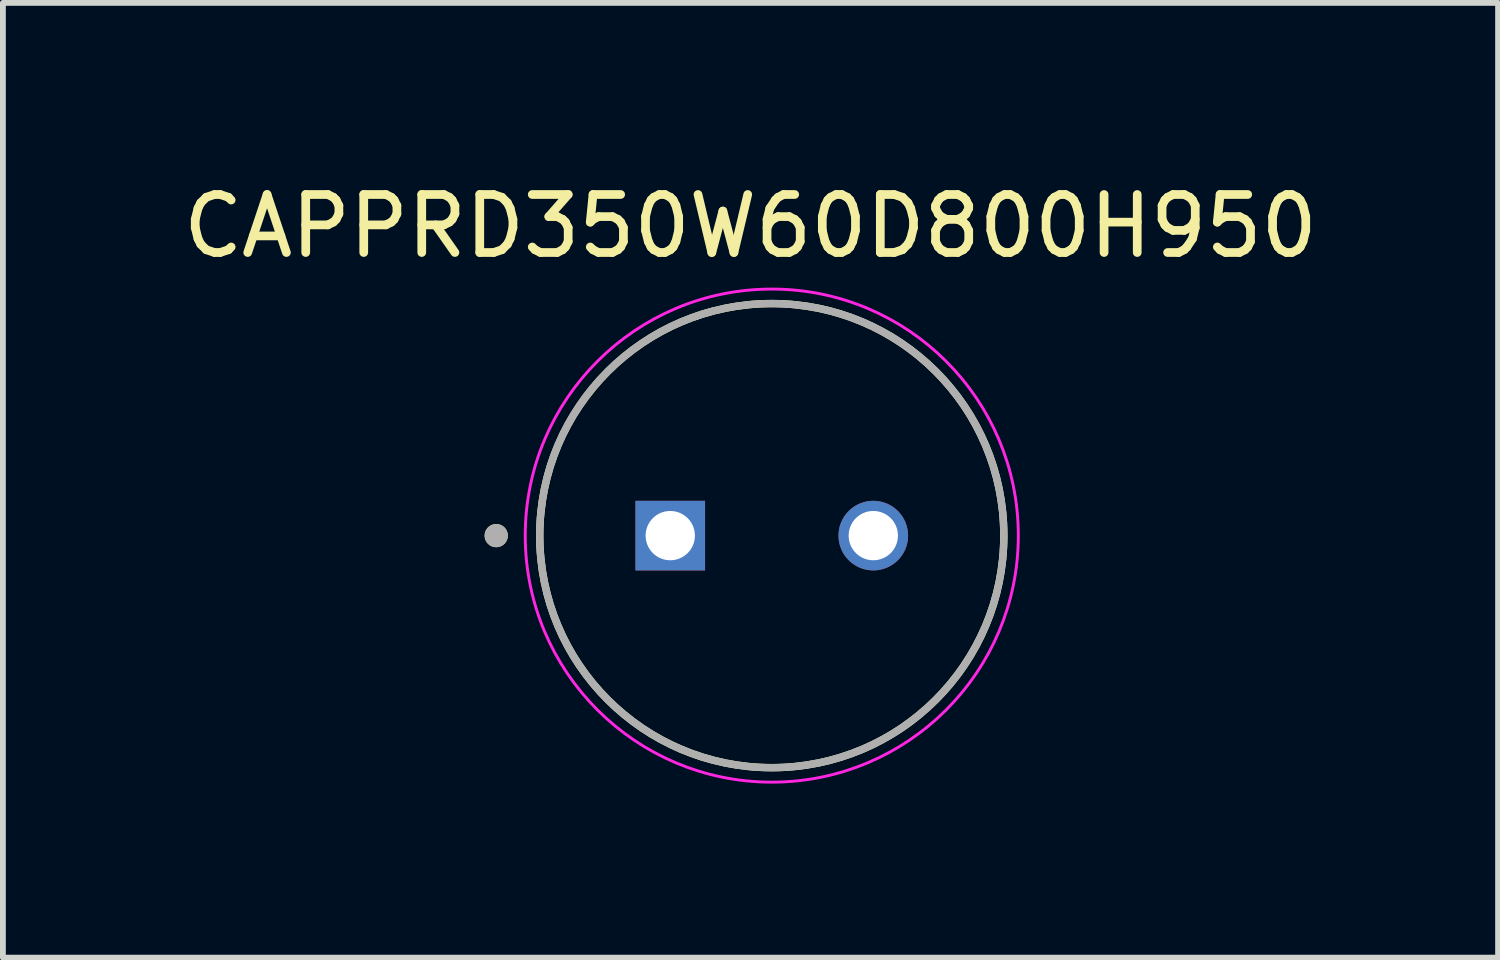
<source format=kicad_pcb>
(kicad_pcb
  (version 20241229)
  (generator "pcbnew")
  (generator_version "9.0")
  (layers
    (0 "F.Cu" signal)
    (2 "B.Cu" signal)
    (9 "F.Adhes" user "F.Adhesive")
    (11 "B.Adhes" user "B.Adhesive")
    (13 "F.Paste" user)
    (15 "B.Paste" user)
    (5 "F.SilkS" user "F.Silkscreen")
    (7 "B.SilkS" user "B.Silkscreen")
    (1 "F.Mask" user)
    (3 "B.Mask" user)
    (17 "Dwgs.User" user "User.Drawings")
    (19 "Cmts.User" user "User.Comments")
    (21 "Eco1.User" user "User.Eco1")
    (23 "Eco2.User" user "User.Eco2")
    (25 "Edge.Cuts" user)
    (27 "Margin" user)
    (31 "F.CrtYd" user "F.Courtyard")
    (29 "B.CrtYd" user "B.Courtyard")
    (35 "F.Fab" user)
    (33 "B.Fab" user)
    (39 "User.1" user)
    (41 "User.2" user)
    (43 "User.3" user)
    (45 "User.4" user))
  (footprint "CAPPRD350W60D800H950"
    (layer "F.Cu")
    (at 10.254 6.183)
    (property "Reference" "CAPPRD350W60D800H950" (at -0.367 -5.335 0) (layer "F.SilkS") (effects (font (size 1 1) (thickness 0.15))))
    (attr through_hole)
    (fp_circle (center -4.75 0) (end -4.65 0) (stroke (width 0.2) (type solid)) (fill no) (layer "F.SilkS"))
    (fp_circle (center 0 0) (end 4 0) (stroke (width 0.127) (type solid)) (fill no) (layer "F.SilkS"))
    (fp_circle (center 0 0) (end 4.25 0) (stroke (width 0.05) (type solid)) (fill no) (layer "F.CrtYd"))
    (fp_circle (center -4.75 0) (end -4.65 0) (stroke (width 0.2) (type solid)) (fill no) (layer "F.Fab"))
    (fp_circle (center 0 0) (end 4 0) (stroke (width 0.127) (type solid)) (fill no) (layer "F.Fab"))
    (pad "N" thru_hole circle (at 1.75 0) (size 1.2 1.2) (drill 0.85) (layers "*.Cu" "*.Mask"))
    (pad "P" thru_hole rect (at -1.75 0) (size 1.2 1.2) (drill 0.85) (layers "*.Cu" "*.Mask")))
  (gr_rect
    (start -3 -3)
    (end 22.774 13.458)
    (stroke (width 0.1) (type default))
    (fill no)
    (layer "Edge.Cuts")))
</source>
